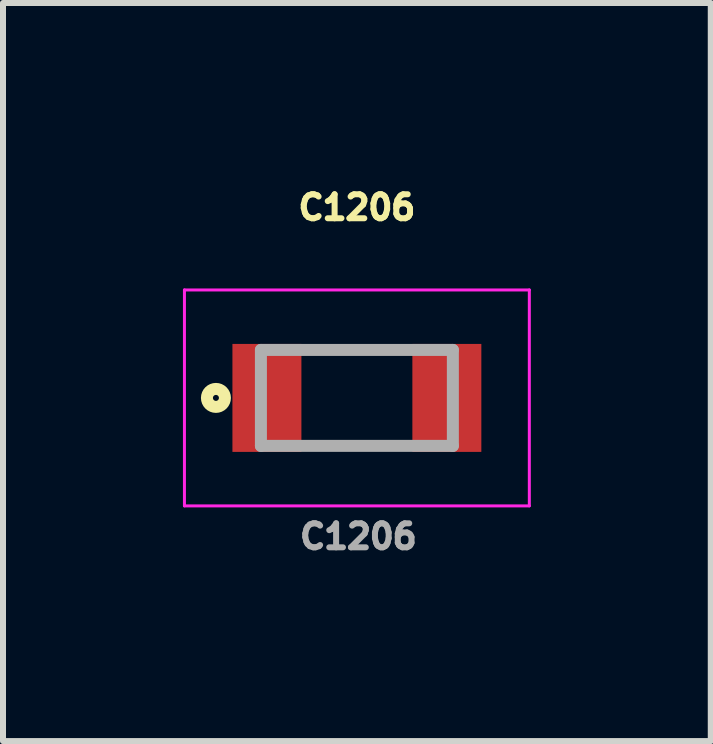
<source format=kicad_pcb>
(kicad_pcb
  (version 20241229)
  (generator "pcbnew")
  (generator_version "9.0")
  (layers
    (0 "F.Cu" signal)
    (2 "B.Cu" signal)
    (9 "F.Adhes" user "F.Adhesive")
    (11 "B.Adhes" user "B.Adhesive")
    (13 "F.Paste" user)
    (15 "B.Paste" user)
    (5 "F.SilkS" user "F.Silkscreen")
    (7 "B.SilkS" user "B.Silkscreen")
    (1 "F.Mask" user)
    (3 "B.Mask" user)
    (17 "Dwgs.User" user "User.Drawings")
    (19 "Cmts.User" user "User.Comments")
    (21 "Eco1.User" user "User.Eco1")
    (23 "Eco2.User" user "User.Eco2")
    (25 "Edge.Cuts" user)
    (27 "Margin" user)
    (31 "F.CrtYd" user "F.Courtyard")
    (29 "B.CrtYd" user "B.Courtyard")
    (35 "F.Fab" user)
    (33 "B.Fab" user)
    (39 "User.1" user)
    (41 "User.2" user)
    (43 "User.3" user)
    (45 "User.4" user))
  (footprint "C1206"
    (layer "F.Cu")
    (at 2.9 3.584)
    (property "Reference" "C1206" (at 0 -3.175 0) (layer "F.SilkS") (effects (font (size 0.4 0.4) (thickness 0.1))))
    (attr smd)
    (fp_circle (center -2.35 0) (end -2.35 0.05) (stroke (width 0.2) (type solid)) (fill no) (layer "F.SilkS"))
    (fp_line (start -2.875 -1.8) (end 2.875 -1.8) (stroke (width 0.05) (type solid)) (layer "F.CrtYd"))
    (fp_line (start -2.875 1.8) (end -2.875 -1.8) (stroke (width 0.05) (type solid)) (layer "F.CrtYd"))
    (fp_line (start 2.875 -1.8) (end 2.875 1.8) (stroke (width 0.05) (type solid)) (layer "F.CrtYd"))
    (fp_line (start 2.875 1.8) (end -2.875 1.8) (stroke (width 0.05) (type solid)) (layer "F.CrtYd"))
    (fp_line (start -1.6 -0.8) (end 1.6 -0.8) (stroke (width 0.2) (type solid)) (layer "F.Fab"))
    (fp_line (start -1.6 0.8) (end -1.6 -0.8) (stroke (width 0.2) (type solid)) (layer "F.Fab"))
    (fp_line (start 1.6 -0.8) (end 1.6 0.8) (stroke (width 0.2) (type solid)) (layer "F.Fab"))
    (fp_line (start 1.6 0.8) (end -1.6 0.8) (stroke (width 0.2) (type solid)) (layer "F.Fab"))
    (fp_text user "${REFERENCE}" (at 0.025 2.311 0) (layer "F.Fab") (effects (font (size 0.4 0.4) (thickness 0.1))))
    (pad "1" smd rect (at -1.5 0) (size 1.15 1.8) (layers "F.Cu" "F.Mask" "F.Paste"))
    (pad "2" smd rect (at 1.5 0) (size 1.15 1.8) (layers "F.Cu" "F.Mask" "F.Paste")))
  (gr_rect
    (start -3 -3)
    (end 8.8 9.305)
    (stroke (width 0.1) (type default))
    (fill no)
    (layer "Edge.Cuts")))
</source>
